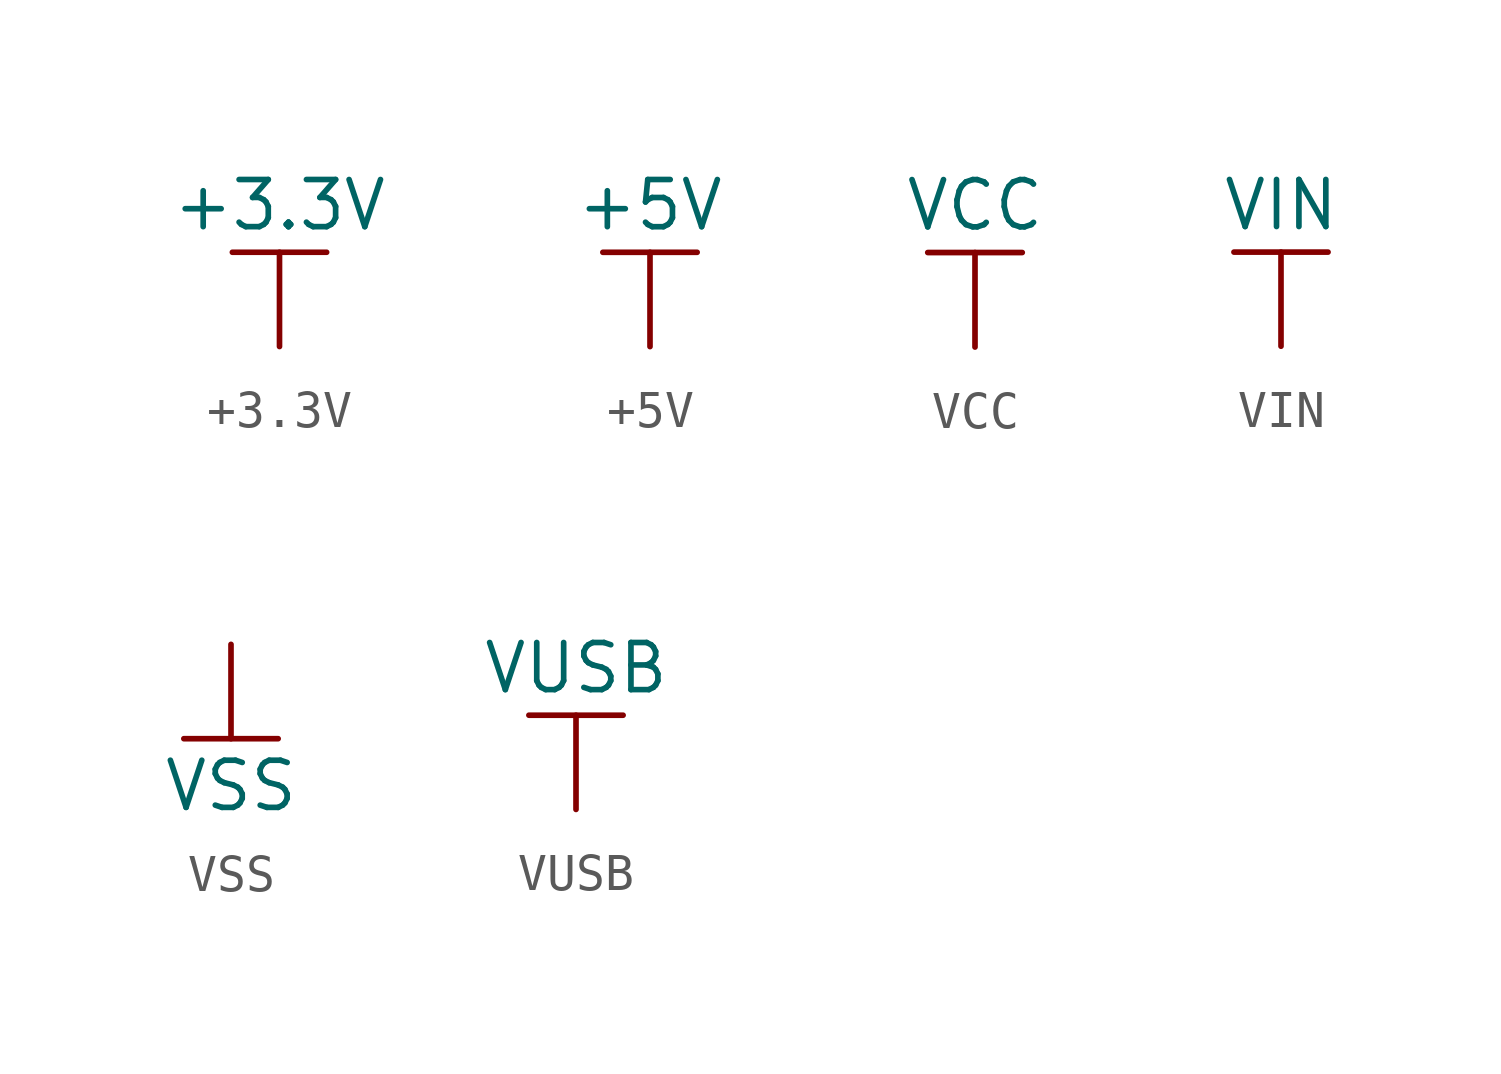
<source format=kicad_sym>
(kicad_symbol_lib
  (version 20211014)
  (generator kicad_symbol_editor)
  (symbol "+3.3V"
    (power)
    (pin_numbers hide)
    (pin_names hide)
    (property "Reference" "+3.3V"
      (at 0 3.81 0)
      (effects (font (size 1.27 1.27)) hide))
    (property "Value" "+3.3V"
      (at 0 3.81 0)
      (effects (font (size 1.27 1.27))))
    (symbol "+3.3V_0_1"
      (polyline (pts (xy -1.27 2.54) (xy 1.27 2.54) (xy 1.27 2.54)) (stroke (width 0) (type default) (color 0 0 0 0)) (fill (type none))))
    (symbol "+3.3V_1_1"
      (pin power_in line (at 0 0 90) (length 2.54) (name "+3.3V" (effects (font (size 1.27 1.27)))) (number "+3.3V" (effects (font (size 1.27 1.27)))))))
  (symbol "+5V"
    (power)
    (pin_numbers hide)
    (pin_names hide)
    (property "Reference" "+5V"
      (at 0 3.81 0)
      (effects (font (size 1.27 1.27)) hide))
    (property "Value" "+5V"
      (at 0 3.81 0)
      (effects (font (size 1.27 1.27))))
    (symbol "+5V_0_1"
      (polyline (pts (xy -1.27 2.54) (xy 1.27 2.54)) (stroke (width 0) (type default) (color 0 0 0 0)) (fill (type none))))
    (symbol "+5V_1_1"
      (pin power_in line (at 0 0 90) (length 2.54) (name "+5V" (effects (font (size 1.27 1.27)))) (number "+5V" (effects (font (size 1.27 1.27)))))))
  (symbol "VCC"
    (power)
    (pin_numbers hide)
    (pin_names hide)
    (property "Reference" "VCC"
      (at 0 1.27 0)
      (effects (font (size 1.27 1.27)) hide))
    (property "Value" "VCC"
      (at 0 1.27 0)
      (effects (font (size 1.27 1.27))))
    (symbol "VCC_0_1"
      (polyline (pts (xy -1.27 0) (xy 1.27 0)) (stroke (width 0) (type default) (color 0 0 0 0)) (fill (type none))))
    (symbol "VCC_1_1"
      (pin power_in line (at 0 -2.54 90) (length 2.54) (name "VCC" (effects (font (size 1.27 1.27)))) (number "VCC" (effects (font (size 1.27 1.27)))))))
  (symbol "VIN"
    (power)
    (pin_numbers hide)
    (pin_names hide)
    (property "Reference" "VIN"
      (at 0 1.27 0)
      (effects (font (size 1.27 1.27)) hide))
    (property "Value" "VIN"
      (at 0 1.27 0)
      (effects (font (size 1.27 1.27))))
    (symbol "VIN_0_1"
      (polyline (pts (xy -1.27 0) (xy 1.27 0)) (stroke (width 0) (type default) (color 0 0 0 0)) (fill (type none))))
    (symbol "VIN_1_1"
      (pin power_in line (at 0 -2.54 90) (length 2.54) (name "VIN" (effects (font (size 1.27 1.27)))) (number "VIN" (effects (font (size 1.27 1.27)))))))
  (symbol "VSS"
    (power)
    (pin_numbers hide)
    (pin_names hide)
    (property "Reference" "VSS"
      (at 0 -3.81 0)
      (effects (font (size 1.27 1.27)) hide))
    (property "Value" "VSS"
      (at 0 -3.81 0)
      (effects (font (size 1.27 1.27))))
    (symbol "VSS_0_1"
      (polyline (pts (xy -1.27 -2.54) (xy 1.27 -2.54)) (stroke (width 0) (type default) (color 0 0 0 0)) (fill (type none))))
    (symbol "VSS_1_1"
      (pin power_in line (at 0 0 270) (length 2.54) (name "VSS" (effects (font (size 1.27 1.27)))) (number "VSS" (effects (font (size 1.27 1.27)))))))
  (symbol "VUSB"
    (power)
    (pin_numbers hide)
    (pin_names hide)
    (property "Reference" "VUSB"
      (at 0 3.81 0)
      (effects (font (size 1.27 1.27)) hide))
    (property "Value" "VUSB"
      (at 0 3.81 0)
      (effects (font (size 1.27 1.27))))
    (symbol "VUSB_0_1"
      (polyline (pts (xy -1.27 2.54) (xy 1.27 2.54) (xy 1.27 2.54)) (stroke (width 0) (type default) (color 0 0 0 0)) (fill (type none))))
    (symbol "VUSB_1_1"
      (pin power_in line (at 0 0 90) (length 2.54) (name "VUSB" (effects (font (size 1.27 1.27)))) (number "VUSB" (effects (font (size 1.27 1.27))))))))
</source>
